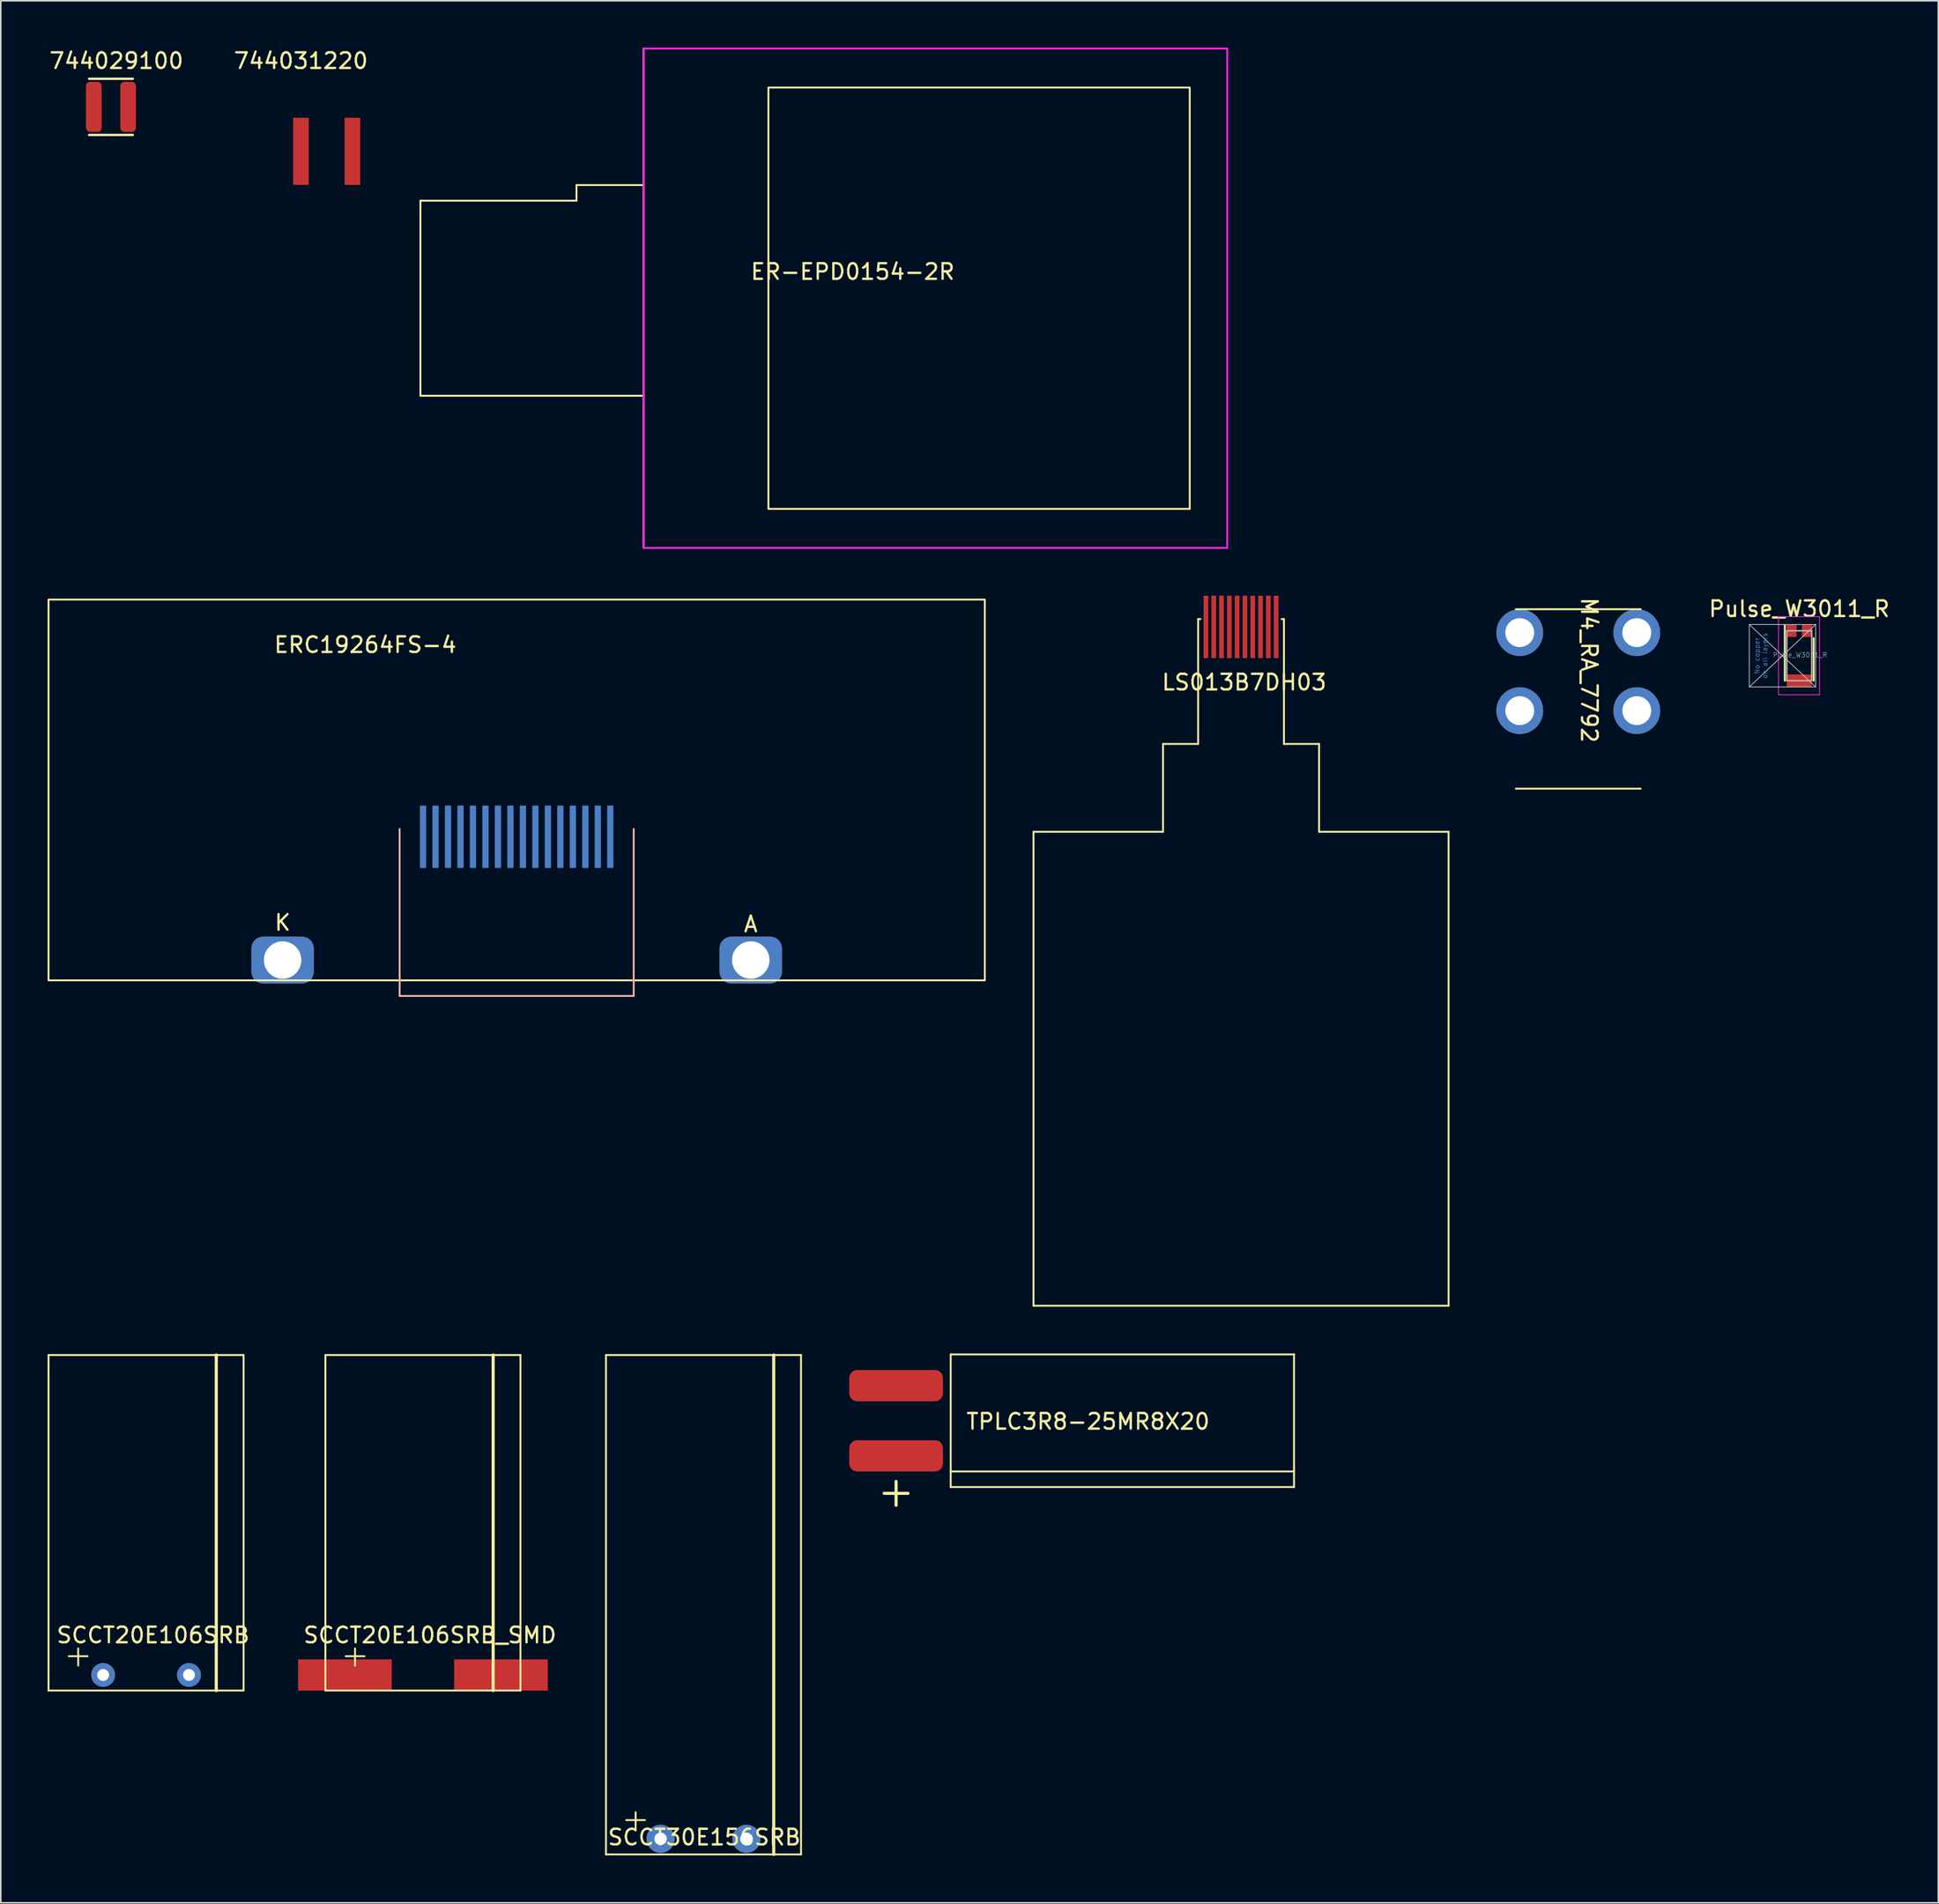
<source format=kicad_pcb>
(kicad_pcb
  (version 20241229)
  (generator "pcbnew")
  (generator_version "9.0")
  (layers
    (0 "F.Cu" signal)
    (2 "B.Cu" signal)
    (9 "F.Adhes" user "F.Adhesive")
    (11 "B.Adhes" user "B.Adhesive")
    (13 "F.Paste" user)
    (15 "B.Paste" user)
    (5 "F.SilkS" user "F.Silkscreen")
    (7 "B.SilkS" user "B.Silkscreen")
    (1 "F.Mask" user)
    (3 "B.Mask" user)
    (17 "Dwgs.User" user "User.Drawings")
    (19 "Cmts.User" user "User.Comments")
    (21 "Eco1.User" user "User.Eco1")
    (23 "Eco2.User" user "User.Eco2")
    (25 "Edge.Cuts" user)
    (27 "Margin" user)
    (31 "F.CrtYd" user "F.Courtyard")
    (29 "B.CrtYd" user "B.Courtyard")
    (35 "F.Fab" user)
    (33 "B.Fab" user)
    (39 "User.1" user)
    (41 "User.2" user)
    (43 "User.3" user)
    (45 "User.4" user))
  (footprint "ERC19264FS-4"
    (layer "F.Cu")
    (at 30.06 35.37)
    (property "Reference" "ERC19264FS-4" (at -9.7 2.9 0) (unlocked yes) (layer "F.SilkS") (effects (font (size 1 1) (thickness 0.15))))
    (attr smd)
    (fp_rect (start -30 0) (end 30 24.4) (stroke (width 0.12) (type solid)) (fill no) (layer "F.SilkS"))
    (fp_line (start -7.5 25.4) (end -7.5 14.7) (stroke (width 0.12) (type solid)) (layer "B.SilkS"))
    (fp_line (start -7.5 25.4) (end 7.5 25.4) (stroke (width 0.12) (type solid)) (layer "B.SilkS"))
    (fp_line (start 7.5 25.4) (end 7.5 14.7) (stroke (width 0.12) (type solid)) (layer "B.SilkS"))
    (fp_text user "K" (at -15 20.7 0) (unlocked yes) (layer "F.SilkS") (effects (font (size 1 1) (thickness 0.15))))
    (fp_text user "A" (at 15 20.8 0) (unlocked yes) (layer "F.SilkS") (effects (font (size 1 1) (thickness 0.15))))
    (pad "1" smd roundrect (at -6 15.2 180) (size 0.4 4) (layers "B.Cu" "B.Mask" "B.Paste") (roundrect_rratio 0.1))
    (pad "2" smd roundrect (at -5.2 15.2 180) (size 0.4 4) (layers "B.Cu" "B.Mask" "B.Paste") (roundrect_rratio 0.1))
    (pad "3" smd roundrect (at -4.4 15.2 180) (size 0.4 4) (layers "B.Cu" "B.Mask" "B.Paste") (roundrect_rratio 0.1))
    (pad "4" smd roundrect (at -3.6 15.2 180) (size 0.4 4) (layers "B.Cu" "B.Mask" "B.Paste") (roundrect_rratio 0.1))
    (pad "5" smd roundrect (at -2.8 15.2 180) (size 0.4 4) (layers "B.Cu" "B.Mask" "B.Paste") (roundrect_rratio 0.1))
    (pad "6" smd roundrect (at -2 15.2 180) (size 0.4 4) (layers "B.Cu" "B.Mask" "B.Paste") (roundrect_rratio 0.1))
    (pad "7" smd roundrect (at -1.2 15.2 180) (size 0.4 4) (layers "B.Cu" "B.Mask" "B.Paste") (roundrect_rratio 0.1))
    (pad "8" smd roundrect (at -0.4 15.2 180) (size 0.4 4) (layers "B.Cu" "B.Mask" "B.Paste") (roundrect_rratio 0.1))
    (pad "9" smd roundrect (at 0.4 15.2 180) (size 0.4 4) (layers "B.Cu" "B.Mask" "B.Paste") (roundrect_rratio 0.1))
    (pad "10" smd roundrect (at 1.2 15.2 180) (size 0.4 4) (layers "B.Cu" "B.Mask" "B.Paste") (roundrect_rratio 0.1))
    (pad "11" smd roundrect (at 2 15.2 180) (size 0.4 4) (layers "B.Cu" "B.Mask" "B.Paste") (roundrect_rratio 0.1))
    (pad "12" smd roundrect (at 2.8 15.2 180) (size 0.4 4) (layers "B.Cu" "B.Mask" "B.Paste") (roundrect_rratio 0.1))
    (pad "13" smd roundrect (at 3.6 15.2 180) (size 0.4 4) (layers "B.Cu" "B.Mask" "B.Paste") (roundrect_rratio 0.1))
    (pad "14" smd roundrect (at 4.4 15.2 180) (size 0.4 4) (layers "B.Cu" "B.Mask" "B.Paste") (roundrect_rratio 0.1))
    (pad "15" smd roundrect (at 5.2 15.2 180) (size 0.4 4) (layers "B.Cu" "B.Mask" "B.Paste") (roundrect_rratio 0.1))
    (pad "16" smd roundrect (at 6 15.2 180) (size 0.4 4) (layers "B.Cu" "B.Mask" "B.Paste") (roundrect_rratio 0.1))
    (pad "17" thru_hole roundrect (at 15 23.1) (size 4 3) (drill 2.4) (layers "*.Cu" "*.Mask") (roundrect_rratio 0.25))
    (pad "18" thru_hole roundrect (at -15 23.1) (size 4 3) (drill 2.4) (layers "*.Cu" "*.Mask") (roundrect_rratio 0.25)))
  (footprint "M4_RA_7792"
    (layer "F.Cu")
    (at 98.09 42.488)
    (property "Reference" "M4_RA_7792" (at 0.7 -2.6 270) (unlocked yes) (layer "F.SilkS") (effects (font (size 1 1) (thickness 0.15))))
    (attr through_hole)
    (fp_line (start -4 -6.5) (end 4 -6.5) (stroke (width 0.12) (type solid)) (layer "F.SilkS"))
    (fp_line (start 4 5) (end -4 5) (stroke (width 0.12) (type solid)) (layer "F.SilkS"))
    (pad "1" thru_hole circle (at -3.75 -5) (size 3 3) (drill 1.85) (layers "*.Cu" "*.Mask"))
    (pad "1" thru_hole circle (at -3.75 0) (size 3 3) (drill 1.85) (layers "*.Cu" "*.Mask"))
    (pad "1" thru_hole circle (at 3.75 -5) (size 3 3) (drill 1.85) (layers "*.Cu" "*.Mask"))
    (pad "1" thru_hole circle (at 3.75 0) (size 3 3) (drill 1.85) (layers "*.Cu" "*.Mask")))
  (footprint "SCCT20E106SRB"
    (layer "F.Cu")
    (at 6.31 104.28)
    (property "Reference" "SCCT20E106SRB" (at 0.45 -2.55 0) (layer "F.SilkS") (effects (font (size 1 1) (thickness 0.15))))
    (attr through_hole)
    (fp_line (start -6.25 -20.5) (end -6.25 1) (stroke (width 0.12) (type solid)) (layer "F.SilkS"))
    (fp_line (start -6.25 1) (end 6.25 1) (stroke (width 0.12) (type solid)) (layer "F.SilkS"))
    (fp_line (start -4.95 -1.2) (end -3.75 -1.2) (stroke (width 0.12) (type solid)) (layer "F.SilkS"))
    (fp_line (start -4.35 -1.7) (end -4.35 -0.6) (stroke (width 0.12) (type solid)) (layer "F.SilkS"))
    (fp_line (start 4.5 -20.5) (end 4.5 1) (stroke (width 0.2) (type solid)) (layer "F.SilkS"))
    (fp_line (start 6.25 -20.5) (end -6.25 -20.5) (stroke (width 0.12) (type solid)) (layer "F.SilkS"))
    (fp_line (start 6.25 1) (end 6.25 -20.5) (stroke (width 0.12) (type solid)) (layer "F.SilkS"))
    (pad "1" thru_hole circle (at -2.75 0) (size 1.524 1.524) (drill 0.762) (layers "*.Cu" "*.Mask"))
    (pad "2" thru_hole circle (at 2.75 0) (size 1.524 1.524) (drill 0.762) (layers "*.Cu" "*.Mask")))
  (footprint "TPLC3R8-25MR8X20"
    (layer "F.Cu")
    (at 57.874 87.99)
    (property "Reference" "TPLC3R8-25MR8X20" (at 8.8 0.05 0) (unlocked yes) (layer "F.SilkS") (effects (font (size 1 1) (thickness 0.15))))
    (attr smd)
    (fp_line (start 0 -4.25) (end 22 -4.25) (stroke (width 0.12) (type solid)) (layer "F.SilkS"))
    (fp_line (start 0 3.25) (end 22 3.25) (stroke (width 0.12) (type solid)) (layer "F.SilkS"))
    (fp_line (start 0 4.25) (end 0 -4.25) (stroke (width 0.12) (type solid)) (layer "F.SilkS"))
    (fp_line (start 0 4.25) (end 22 4.25) (stroke (width 0.12) (type solid)) (layer "F.SilkS"))
    (fp_line (start 22 4.25) (end 22 -4.25) (stroke (width 0.12) (type solid)) (layer "F.SilkS"))
    (fp_text user "+" (at -3.5 4.5 0) (unlocked yes) (layer "F.SilkS") (effects (font (size 2 2) (thickness 0.2))))
    (pad "1" smd roundrect (at -3.5 2.25) (size 6 2) (layers "F.Cu" "F.Mask" "F.Paste") (roundrect_rratio 0.25))
    (pad "2" smd roundrect (at -3.5 -2.25) (size 6 2) (layers "F.Cu" "F.Mask" "F.Paste") (roundrect_rratio 0.25)))
  (footprint "SCCT30E156SRB"
    (layer "F.Cu")
    (at 42.032 114.78)
    (property "Reference" "SCCT30E156SRB" (at 0.05 -0.1 0) (layer "F.SilkS") (effects (font (size 1 1) (thickness 0.15))))
    (attr through_hole)
    (fp_line (start -6.25 -31) (end -6.25 1) (stroke (width 0.12) (type solid)) (layer "F.SilkS"))
    (fp_line (start -6.25 1) (end 6.25 1) (stroke (width 0.12) (type solid)) (layer "F.SilkS"))
    (fp_line (start -4.95 -1.2) (end -3.75 -1.2) (stroke (width 0.12) (type solid)) (layer "F.SilkS"))
    (fp_line (start -4.35 -1.7) (end -4.35 -0.6) (stroke (width 0.12) (type solid)) (layer "F.SilkS"))
    (fp_line (start 4.5 -31) (end 4.5 1) (stroke (width 0.2) (type solid)) (layer "F.SilkS"))
    (fp_line (start 6.25 -31) (end -6.25 -31) (stroke (width 0.12) (type solid)) (layer "F.SilkS"))
    (fp_line (start 6.25 1) (end 6.25 -31) (stroke (width 0.12) (type solid)) (layer "F.SilkS"))
    (pad "1" thru_hole circle (at -2.75 0) (size 1.8 1.8) (drill 0.8) (layers "*.Cu" "*.Mask"))
    (pad "2" thru_hole circle (at 2.75 0) (size 1.8 1.8) (drill 0.8) (layers "*.Cu" "*.Mask")))
  (footprint "LS013B7DH03"
    (layer "F.Cu")
    (at 76.48 36.62)
    (property "Reference" "LS013B7DH03" (at 0.2 4.05 0) (layer "F.SilkS") (effects (font (size 1 1) (thickness 0.15))))
    (attr through_hole)
    (fp_line (start -13.3 13.63) (end -5 13.63) (stroke (width 0.12) (type solid)) (layer "F.SilkS"))
    (fp_line (start -13.3 44) (end -13.3 13.63) (stroke (width 0.12) (type solid)) (layer "F.SilkS"))
    (fp_line (start -5 8) (end -2.75 8) (stroke (width 0.12) (type solid)) (layer "F.SilkS"))
    (fp_line (start -5 13.63) (end -5 8) (stroke (width 0.12) (type solid)) (layer "F.SilkS"))
    (fp_line (start -2.75 0) (end -2.6 0) (stroke (width 0.12) (type solid)) (layer "F.SilkS"))
    (fp_line (start -2.75 8) (end -2.75 0) (stroke (width 0.12) (type solid)) (layer "F.SilkS"))
    (fp_line (start 2.75 0) (end 2.6 0) (stroke (width 0.12) (type solid)) (layer "F.SilkS"))
    (fp_line (start 2.75 0) (end 2.75 8) (stroke (width 0.12) (type solid)) (layer "F.SilkS"))
    (fp_line (start 2.75 8) (end 5 8) (stroke (width 0.12) (type solid)) (layer "F.SilkS"))
    (fp_line (start 5 8) (end 5 13.63) (stroke (width 0.12) (type solid)) (layer "F.SilkS"))
    (fp_line (start 5 13.63) (end 13.3 13.63) (stroke (width 0.12) (type solid)) (layer "F.SilkS"))
    (fp_line (start 13.3 13.63) (end 13.3 44) (stroke (width 0.12) (type solid)) (layer "F.SilkS"))
    (fp_line (start 13.3 44) (end -13.3 44) (stroke (width 0.12) (type solid)) (layer "F.SilkS"))
    (pad "1" smd rect (at -2.25 0.5) (size 0.3 4) (layers "F.Cu" "F.Mask" "F.Paste"))
    (pad "2" smd rect (at -1.75 0.5) (size 0.3 4) (layers "F.Cu" "F.Mask" "F.Paste"))
    (pad "3" smd rect (at -1.25 0.5) (size 0.3 4) (layers "F.Cu" "F.Mask" "F.Paste"))
    (pad "4" smd rect (at -0.75 0.5) (size 0.3 4) (layers "F.Cu" "F.Mask" "F.Paste"))
    (pad "5" smd rect (at -0.25 0.5) (size 0.3 4) (layers "F.Cu" "F.Mask" "F.Paste"))
    (pad "6" smd rect (at 0.25 0.5) (size 0.3 4) (layers "F.Cu" "F.Mask" "F.Paste"))
    (pad "7" smd rect (at 0.75 0.5) (size 0.3 4) (layers "F.Cu" "F.Mask" "F.Paste"))
    (pad "8" smd rect (at 1.25 0.5) (size 0.3 4) (layers "F.Cu" "F.Mask" "F.Paste"))
    (pad "9" smd rect (at 1.75 0.5) (size 0.3 4) (layers "F.Cu" "F.Mask" "F.Paste"))
    (pad "10" smd rect (at 2.25 0.5) (size 0.3 4) (layers "F.Cu" "F.Mask" "F.Paste")))
  (footprint "Pulse_W3011_R"
    (layer "F.Cu")
    (at 112.251 38.968)
    (property "Reference" "Pulse_W3011_R" (at 0 -3 180) (layer "F.SilkS") (effects (font (size 1 1) (thickness 0.15))))
    (attr smd)
    (fp_line (start -0.925 1.6) (end -0.925 -1.95) (stroke (width 0.12) (type solid)) (layer "F.SilkS"))
    (fp_line (start 0.925 1.6) (end 0.925 -1.125) (stroke (width 0.12) (type solid)) (layer "F.SilkS"))
    (fp_line (start -3.2 -2) (end -3.2 2) (stroke (width 0.05) (type solid)) (layer "Dwgs.User"))
    (fp_line (start -3.2 -2) (end 1.05 2) (stroke (width 0.05) (type solid)) (layer "Dwgs.User"))
    (fp_line (start -3.2 2) (end 1.05 2) (stroke (width 0.05) (type solid)) (layer "Dwgs.User"))
    (fp_line (start 1.05 -2) (end -3.2 -2) (stroke (width 0.05) (type solid)) (layer "Dwgs.User"))
    (fp_line (start 1.05 -2) (end -3.2 2) (stroke (width 0.05) (type solid)) (layer "Dwgs.User"))
    (fp_line (start 1.05 2) (end 1.05 -2) (stroke (width 0.05) (type solid)) (layer "Dwgs.User"))
    (fp_line (start -1.33 -2.5) (end -1.33 2.5) (stroke (width 0.05) (type solid)) (layer "F.CrtYd"))
    (fp_line (start -1.33 -2.5) (end 1.3 -2.5) (stroke (width 0.05) (type solid)) (layer "F.CrtYd"))
    (fp_line (start -1.33 2.5) (end 1.3 2.5) (stroke (width 0.05) (type solid)) (layer "F.CrtYd"))
    (fp_line (start 1.3 -2.5) (end 1.3 2.5) (stroke (width 0.05) (type solid)) (layer "F.CrtYd"))
    (fp_line (start -0.8 -1.6) (end 0.8 -1.6) (stroke (width 0.1) (type solid)) (layer "F.Fab"))
    (fp_line (start -0.8 1.6) (end -0.8 -1.6) (stroke (width 0.1) (type solid)) (layer "F.Fab"))
    (fp_line (start -0.8 1.6) (end 0.8 1.6) (stroke (width 0.1) (type solid)) (layer "F.Fab"))
    (fp_line (start 0.8 1.6) (end 0.8 -1.6) (stroke (width 0.1) (type solid)) (layer "F.Fab"))
    (fp_text user "on all layers" (at -2.2 0 270) (layer "Cmts.User") (effects (font (size 0.3 0.3) (thickness 0.03))))
    (fp_text user "No copper" (at -2.7 0 270) (layer "Cmts.User") (effects (font (size 0.3 0.3) (thickness 0.03))))
    (fp_text user "${REFERENCE}" (at 0.05 -0.05 180) (layer "F.Fab") (effects (font (size 0.3 0.3) (thickness 0.03))))
    (pad "1" smd trapezoid (at 0.5 -1.6 90) (size 0.8 0.65) (layers "F.Cu" "F.Mask" "F.Paste"))
    (pad "2" smd trapezoid (at -0.5 -1.6 90) (size 0.8 0.65) (layers "F.Cu" "F.Mask" "F.Paste"))
    (pad "2" smd trapezoid (at 0 1.6 90) (size 0.8 1.6) (layers "F.Cu" "F.Mask" "F.Paste")))
  (footprint "744031220"
    (layer "F.Cu")
    (at 15.732 6.648)
    (property "Reference" "744031220" (at 0.5 -5.8 0) (layer "F.SilkS") (effects (font (size 1 1) (thickness 0.15))))
    (attr smd)
    (pad "1" smd rect (at 0.5 0) (size 1 4.3) (layers "F.Cu" "F.Mask" "F.Paste"))
    (pad "2" smd rect (at 3.8 0) (size 1 4.3) (layers "F.Cu" "F.Mask" "F.Paste")))
  (footprint "SCCT20E106SRB_SMD"
    (layer "F.Cu")
    (at 24.052 104.28)
    (property "Reference" "SCCT20E106SRB_SMD" (at 0.45 -2.55 0) (layer "F.SilkS") (effects (font (size 1 1) (thickness 0.15))))
    (attr through_hole)
    (fp_line (start -6.25 -20.5) (end -6.25 1) (stroke (width 0.12) (type solid)) (layer "F.SilkS"))
    (fp_line (start -6.25 1) (end 6.25 1) (stroke (width 0.12) (type solid)) (layer "F.SilkS"))
    (fp_line (start -4.95 -1.2) (end -3.75 -1.2) (stroke (width 0.12) (type solid)) (layer "F.SilkS"))
    (fp_line (start -4.35 -1.7) (end -4.35 -0.6) (stroke (width 0.12) (type solid)) (layer "F.SilkS"))
    (fp_line (start 4.5 -20.5) (end 4.5 1) (stroke (width 0.2) (type solid)) (layer "F.SilkS"))
    (fp_line (start 6.25 -20.5) (end -6.25 -20.5) (stroke (width 0.12) (type solid)) (layer "F.SilkS"))
    (fp_line (start 6.25 1) (end 6.25 -20.5) (stroke (width 0.12) (type solid)) (layer "F.SilkS"))
    (pad "1" smd rect (at -5 0) (size 6 2) (layers "F.Cu" "F.Mask" "F.Paste"))
    (pad "2" smd rect (at 5 0) (size 6 2) (layers "F.Cu" "F.Mask" "F.Paste")))
  (footprint "ER-EPD0154-2R"
    (layer "F.Cu")
    (at 23.893 16.06)
    (property "Reference" "ER-EPD0154-2R" (at 27.7 -1.7 0) (unlocked yes) (layer "F.SilkS") (effects (font (size 1 1) (thickness 0.15))))
    (fp_line (start 0 -6.25) (end 10 -6.25) (stroke (width 0.12) (type solid)) (layer "F.SilkS"))
    (fp_line (start 0 6.25) (end 0 -6.25) (stroke (width 0.12) (type solid)) (layer "F.SilkS"))
    (fp_line (start 0 6.25) (end 14.3 6.25) (stroke (width 0.12) (type solid)) (layer "F.SilkS"))
    (fp_line (start 10 -7.25) (end 14.3 -7.25) (stroke (width 0.12) (type solid)) (layer "F.SilkS"))
    (fp_line (start 10 -6.25) (end 10 -7.25) (stroke (width 0.12) (type solid)) (layer "F.SilkS"))
    (fp_line (start 14.3 -16) (end 14.3 16) (stroke (width 0.12) (type solid)) (layer "F.SilkS"))
    (fp_rect (start 22.3 -13.5) (end 49.3 13.5) (stroke (width 0.12) (type solid)) (fill no) (layer "F.SilkS"))
    (fp_rect (start 14.3 -16) (end 51.7 16) (stroke (width 0.12) (type solid)) (fill no) (layer "F.CrtYd")))
  (footprint "744029100"
    (layer "F.Cu")
    (at 4.061 3.798)
    (property "Reference" "744029100" (at 0.35 -2.95 0) (layer "F.SilkS") (effects (font (size 1 1) (thickness 0.15))))
    (attr smd)
    (fp_line (start -1.4 -1.8) (end 1.4 -1.8) (stroke (width 0.15) (type solid)) (layer "F.SilkS"))
    (fp_line (start -1.4 1.8) (end 1.4 1.8) (stroke (width 0.15) (type solid)) (layer "F.SilkS"))
    (pad "1" smd roundrect (at -1.1 0) (size 1 3.2) (layers "F.Cu" "F.Mask" "F.Paste") (roundrect_rratio 0.25))
    (pad "2" smd roundrect (at 1.1 0) (size 1 3.2) (layers "F.Cu" "F.Mask" "F.Paste") (roundrect_rratio 0.25)))
  (gr_rect
    (start -3 -3)
    (end 121.161 118.88)
    (stroke (width 0.1) (type default))
    (fill no)
    (layer "Edge.Cuts")))
</source>
